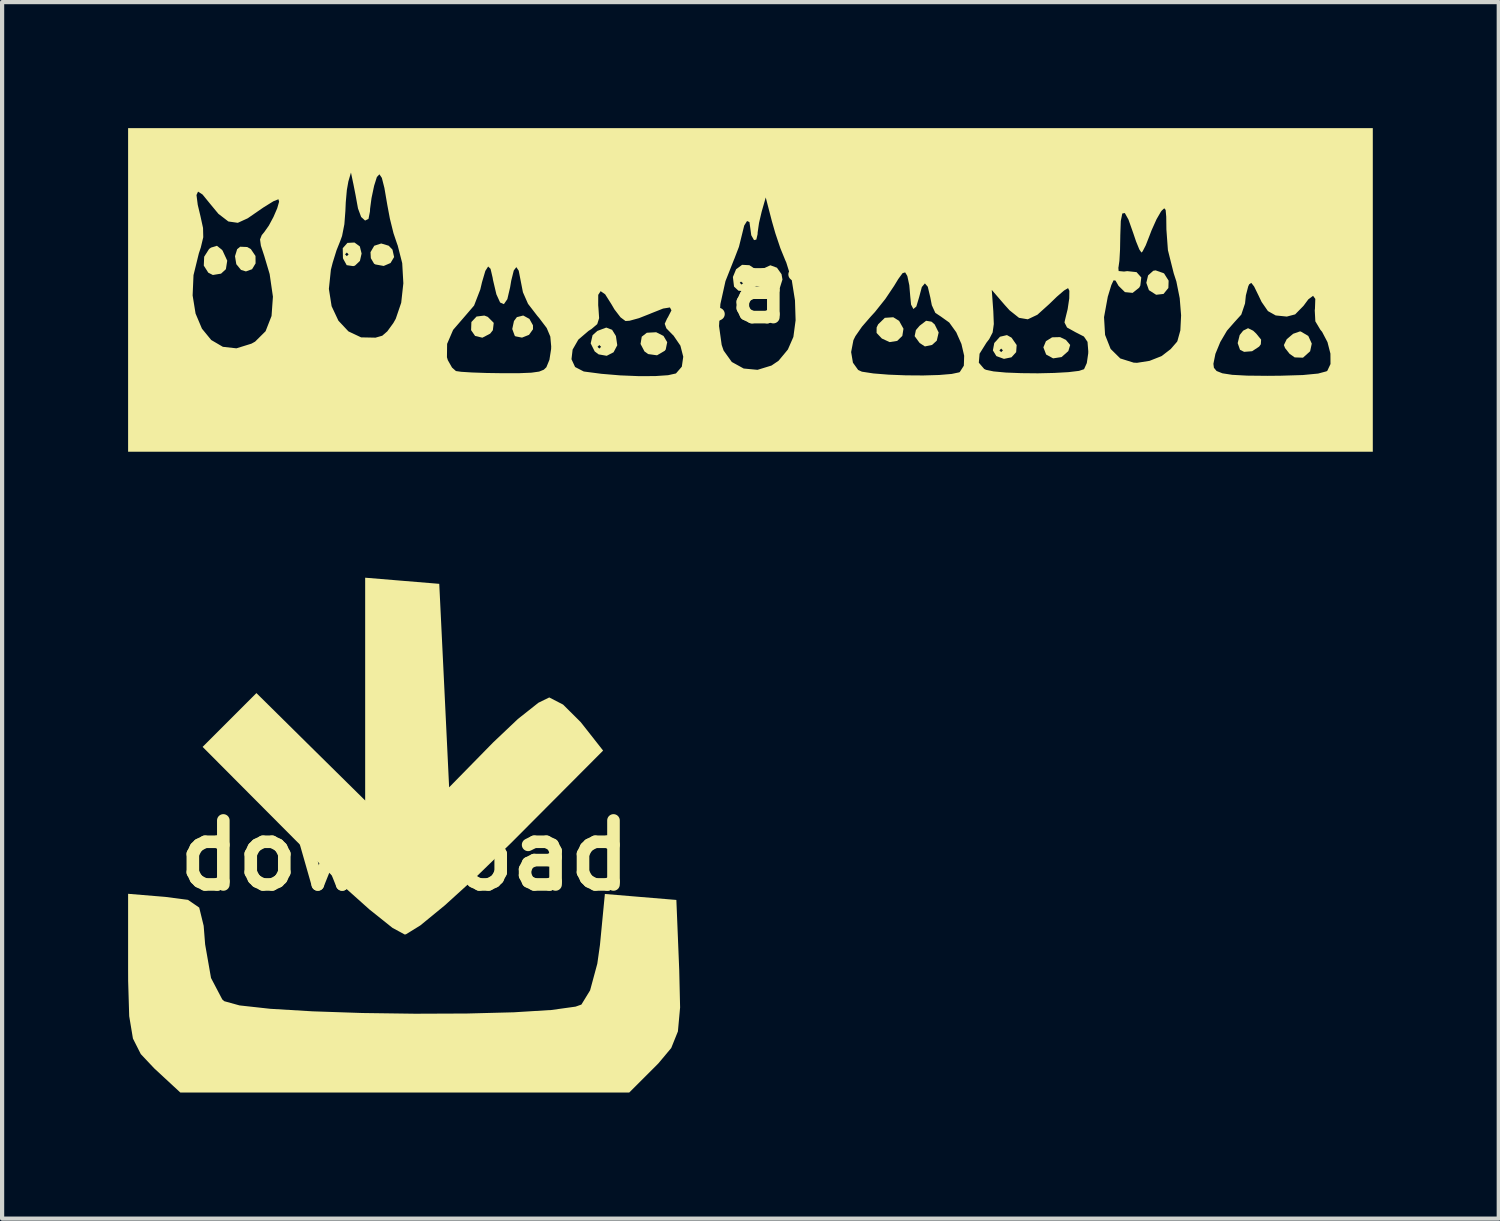
<source format=kicad_pcb>
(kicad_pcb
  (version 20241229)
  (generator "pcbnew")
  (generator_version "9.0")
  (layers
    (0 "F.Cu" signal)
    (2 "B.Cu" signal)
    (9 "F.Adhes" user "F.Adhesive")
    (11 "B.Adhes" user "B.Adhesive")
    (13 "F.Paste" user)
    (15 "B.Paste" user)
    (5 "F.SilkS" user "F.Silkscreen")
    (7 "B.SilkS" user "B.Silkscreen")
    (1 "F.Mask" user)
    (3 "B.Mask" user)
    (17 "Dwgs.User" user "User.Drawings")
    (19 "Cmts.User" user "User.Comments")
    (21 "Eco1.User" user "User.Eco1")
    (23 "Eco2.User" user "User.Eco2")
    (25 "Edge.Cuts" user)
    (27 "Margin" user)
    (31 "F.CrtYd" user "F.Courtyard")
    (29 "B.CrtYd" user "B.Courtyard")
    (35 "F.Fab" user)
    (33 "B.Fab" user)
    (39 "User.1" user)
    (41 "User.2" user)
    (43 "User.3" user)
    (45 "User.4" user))
  (footprint "download"
    (layer "F.Cu")
    (at 6.585 17.318)
    (property "Reference" "download" (at 0 0 0) (layer "F.SilkS") (effects (font (size 1.524 1.524) (thickness 0.3))))
    (attr board_only exclude_from_pos_files exclude_from_bom)
    (fp_poly (pts (xy -0.059 -6.541) (xy 0.823 -6.468) (xy 0.941 -4.045) (xy 1.058 -1.623) (xy 2.107 -2.693) (xy 2.695 -3.25) (xy 3.184 -3.637) (xy 3.442 -3.763) (xy 3.771 -3.593) (xy 4.187 -3.179) (xy 4.226 -3.131) (xy 4.724 -2.498) (xy 2.543 -0.308) (xy 1.702 0.509) (xy 0.954 1.188) (xy 0.372 1.665) (xy 0.03 1.876) (xy 0 1.881) (xy -0.292 1.722) (xy -0.838 1.286) (xy -1.565 0.636) (xy -2.399 -0.166) (xy -2.587 -0.352) (xy -4.811 -2.586) (xy -3.53 -3.867) (xy -2.236 -2.588) (xy -0.941 -1.31) (xy -0.941 -6.614)) (stroke (width 0) (type solid)) (fill yes) (layer "F.SilkS"))
    (fp_poly (pts (xy -5.703 0.985) (xy -5.16 1.056) (xy -4.892 1.24) (xy -4.786 1.674) (xy -4.751 2.117) (xy -4.611 2.916) (xy -4.343 3.427) (xy -4.295 3.469) (xy -3.933 3.569) (xy -3.199 3.65) (xy -2.192 3.71) (xy -1.01 3.75) (xy 0.247 3.767) (xy 1.483 3.762) (xy 2.597 3.733) (xy 3.492 3.678) (xy 4.069 3.598) (xy 4.207 3.549) (xy 4.414 3.211) (xy 4.586 2.575) (xy 4.649 2.129) (xy 4.766 0.916) (xy 6.468 1.058) (xy 6.536 2.722) (xy 6.557 3.617) (xy 6.505 4.188) (xy 6.346 4.583) (xy 6.043 4.946) (xy 5.975 5.015) (xy 5.345 5.644) (xy -5.341 5.644) (xy -5.963 5.068) (xy -6.283 4.728) (xy -6.47 4.358) (xy -6.559 3.824) (xy -6.584 2.991) (xy -6.585 2.702) (xy -6.585 0.912)) (stroke (width 0) (type solid)) (fill yes) (layer "F.SilkS")))
  (footprint "cat"
    (layer "F.Cu")
    (at 14.817 3.81)
    (property "Reference" "cat" (at 0 0 0) (layer "F.SilkS") (effects (font (size 1.524 1.524) (thickness 0.3))))
    (attr board_only exclude_from_pos_files exclude_from_bom)
    (fp_poly (pts (xy -6.254 0.684) (xy -6.112 0.827) (xy -6.133 1.002) (xy -6.198 1.084) (xy -6.382 1.18) (xy -6.556 1.138) (xy -6.651 1.001) (xy -6.644 0.806) (xy -6.521 0.676) (xy -6.335 0.653)) (stroke (width 0) (type solid)) (fill yes) (layer "F.SilkS"))
    (fp_poly (pts (xy -11.982 -0.979) (xy -11.895 -0.93) (xy -11.784 -0.765) (xy -11.782 -0.589) (xy -11.866 -0.45) (xy -12.012 -0.398) (xy -12.129 -0.434) (xy -12.241 -0.57) (xy -12.272 -0.76) (xy -12.221 -0.927) (xy -12.149 -0.986)) (stroke (width 0) (type solid)) (fill yes) (layer "F.SilkS"))
    (fp_poly (pts (xy -8.613 -1.01) (xy -8.523 -0.917) (xy -8.484 -0.74) (xy -8.569 -0.598) (xy -8.732 -0.528) (xy -8.929 -0.564) (xy -8.961 -0.582) (xy -9.038 -0.713) (xy -9.046 -0.856) (xy -8.957 -1.009) (xy -8.791 -1.063)) (stroke (width 0) (type solid)) (fill yes) (layer "F.SilkS"))
    (fp_poly (pts (xy -5.263 0.732) (xy -5.178 0.884) (xy -5.177 0.979) (xy -5.272 1.112) (xy -5.439 1.178) (xy -5.596 1.147) (xy -5.613 1.132) (xy -5.671 0.973) (xy -5.63 0.782) (xy -5.56 0.689) (xy -5.41 0.652)) (stroke (width 0) (type solid)) (fill yes) (layer "F.SilkS"))
    (fp_poly (pts (xy -2.07 1.138) (xy -1.982 1.287) (xy -2.017 1.46) (xy -2.041 1.492) (xy -2.224 1.599) (xy -2.435 1.57) (xy -2.523 1.507) (xy -2.617 1.329) (xy -2.588 1.156) (xy -2.467 1.062) (xy -2.244 1.05)) (stroke (width 0) (type solid)) (fill yes) (layer "F.SilkS"))
    (fp_poly (pts (xy 3.539 0.779) (xy 3.643 0.966) (xy 3.616 1.137) (xy 3.494 1.256) (xy 3.314 1.285) (xy 3.129 1.2) (xy 3.003 1.067) (xy 3.004 0.937) (xy 3.04 0.862) (xy 3.199 0.707) (xy 3.4 0.693)) (stroke (width 0) (type solid)) (fill yes) (layer "F.SilkS"))
    (fp_poly (pts (xy 4.309 0.798) (xy 4.386 0.864) (xy 4.481 1.056) (xy 4.436 1.25) (xy 4.324 1.352) (xy 4.153 1.388) (xy 4.028 1.306) (xy 3.909 1.143) (xy 3.939 0.998) (xy 4.028 0.895) (xy 4.182 0.777)) (stroke (width 0) (type solid)) (fill yes) (layer "F.SilkS"))
    (fp_poly (pts (xy 7.51 1.232) (xy 7.612 1.353) (xy 7.569 1.497) (xy 7.569 1.498) (xy 7.407 1.641) (xy 7.206 1.672) (xy 7.04 1.581) (xy 6.974 1.41) (xy 7.035 1.263) (xy 7.182 1.171) (xy 7.372 1.166)) (stroke (width 0) (type solid)) (fill yes) (layer "F.SilkS"))
    (fp_poly (pts (xy 9.846 -0.352) (xy 9.956 -0.178) (xy 9.95 -0.004) (xy 9.835 0.138) (xy 9.659 0.158) (xy 9.488 0.049) (xy 9.486 0.046) (xy 9.425 -0.126) (xy 9.467 -0.303) (xy 9.589 -0.413) (xy 9.647 -0.423)) (stroke (width 0) (type solid)) (fill yes) (layer "F.SilkS"))
    (fp_poly (pts (xy -12.582 -0.912) (xy -12.568 -0.894) (xy -12.457 -0.654) (xy -12.489 -0.451) (xy -12.604 -0.345) (xy -12.799 -0.313) (xy -12.908 -0.368) (xy -13.015 -0.536) (xy -13.006 -0.748) (xy -12.889 -0.932) (xy -12.843 -0.965) (xy -12.702 -1.008)) (stroke (width 0) (type solid)) (fill yes) (layer "F.SilkS"))
    (fp_poly (pts (xy 11.968 1.013) (xy 12.041 1.082) (xy 12.158 1.226) (xy 12.151 1.337) (xy 12.111 1.392) (xy 11.944 1.502) (xy 11.753 1.517) (xy 11.656 1.468) (xy 11.6 1.309) (xy 11.648 1.116) (xy 11.731 1.012) (xy 11.847 0.954)) (stroke (width 0) (type solid)) (fill yes) (layer "F.SilkS"))
    (fp_poly (pts (xy 13.103 1.033) (xy 13.281 1.138) (xy 13.364 1.321) (xy 13.325 1.503) (xy 13.155 1.656) (xy 12.957 1.649) (xy 12.837 1.565) (xy 12.728 1.427) (xy 12.7 1.355) (xy 12.768 1.216) (xy 12.92 1.087) (xy 13.08 1.031)) (stroke (width 0) (type solid)) (fill yes) (layer "F.SilkS"))
    (fp_poly (pts (xy 6.216 1.179) (xy 6.338 1.355) (xy 6.326 1.524) (xy 6.214 1.647) (xy 6.035 1.684) (xy 5.855 1.618) (xy 5.772 1.483) (xy 5.772 1.482) (xy 5.927 1.482) (xy 5.969 1.524) (xy 6.011 1.482) (xy 5.969 1.439) (xy 5.927 1.482) (xy 5.772 1.482) (xy 5.805 1.306) (xy 5.941 1.157) (xy 6.107 1.118)) (stroke (width 0) (type solid)) (fill yes) (layer "F.SilkS"))
    (fp_poly (pts (xy -9.3 -0.993) (xy -9.258 -0.824) (xy -9.298 -0.648) (xy -9.417 -0.535) (xy -9.459 -0.524) (xy -9.613 -0.547) (xy -9.696 -0.698) (xy -9.702 -0.72) (xy -9.704 -0.804) (xy -9.652 -0.804) (xy -9.61 -0.762) (xy -9.567 -0.804) (xy -9.61 -0.847) (xy -9.652 -0.804) (xy -9.704 -0.804) (xy -9.707 -0.951) (xy -9.595 -1.077) (xy -9.428 -1.086)) (stroke (width 0) (type solid)) (fill yes) (layer "F.SilkS"))
    (fp_poly (pts (xy -3.294 0.992) (xy -3.203 1.14) (xy -3.171 1.36) (xy -3.259 1.527) (xy -3.422 1.611) (xy -3.615 1.577) (xy -3.708 1.507) (xy -3.763 1.397) (xy -3.641 1.397) (xy -3.598 1.439) (xy -3.556 1.397) (xy -3.598 1.355) (xy -3.641 1.397) (xy -3.763 1.397) (xy -3.804 1.315) (xy -3.759 1.121) (xy -3.646 1.019) (xy -3.433 0.939)) (stroke (width 0) (type solid)) (fill yes) (layer "F.SilkS"))
    (fp_poly (pts (xy -0.025 -0.546) (xy 0.059 -0.491) (xy 0.189 -0.402) (xy 0.287 -0.439) (xy 0.322 -0.474) (xy 0.474 -0.544) (xy 0.631 -0.486) (xy 0.74 -0.332) (xy 0.762 -0.206) (xy 0.7 -0.008) (xy 0.542 0.072) (xy 0.329 0.013) (xy 0.317 0.006) (xy 0.149 -0.053) (xy 0.058 -0.007) (xy -0.109 0.076) (xy -0.286 0.061) (xy -0.391 -0.037) (xy -0.402 -0.127) (xy -0.254 -0.127) (xy -0.212 -0.085) (xy -0.169 -0.127) (xy -0.212 -0.169) (xy -0.254 -0.127) (xy -0.402 -0.127) (xy -0.418 -0.265) (xy -0.342 -0.449) (xy -0.199 -0.555)) (stroke (width 0) (type solid)) (fill yes) (layer "F.SilkS"))
    (fp_poly (pts (xy 14.817 3.895) (xy -14.817 3.895) (xy -14.817 1.645) (xy -7.226 1.645) (xy -7.205 1.715) (xy -7.105 1.891) (xy -7.012 1.974) (xy -6.886 1.992) (xy -6.63 2.008) (xy -6.283 2.02) (xy -5.936 2.025) (xy -5.507 2.025) (xy -5.216 2.013) (xy -5.031 1.987) (xy -4.92 1.942) (xy -4.859 1.884) (xy -4.786 1.706) (xy -4.784 1.692) (xy -4.261 1.692) (xy -4.175 1.878) (xy -3.972 1.983) (xy -3.952 1.987) (xy -3.546 2.04) (xy -3.103 2.077) (xy -2.664 2.095) (xy -2.27 2.094) (xy -1.961 2.073) (xy -1.777 2.032) (xy -1.772 2.029) (xy -1.634 1.87) (xy -1.6 1.633) (xy -1.668 1.369) (xy -1.833 1.128) (xy -1.851 1.112) (xy -2.002 0.957) (xy -2.022 0.902) (xy -0.748 0.902) (xy -0.685 1.353) (xy -0.639 1.486) (xy -0.444 1.758) (xy -0.161 1.914) (xy 0.168 1.945) (xy 0.501 1.843) (xy 0.669 1.729) (xy 0.841 1.522) (xy 2.397 1.522) (xy 2.44 1.775) (xy 2.564 1.948) (xy 2.653 1.989) (xy 2.927 2.031) (xy 3.29 2.06) (xy 3.699 2.076) (xy 4.113 2.079) (xy 4.491 2.068) (xy 4.79 2.043) (xy 4.969 2.005) (xy 4.984 1.997) (xy 5.08 1.847) (xy 5.083 1.775) (xy 5.437 1.775) (xy 5.565 1.924) (xy 5.609 1.945) (xy 5.79 1.983) (xy 6.083 2.01) (xy 6.448 2.024) (xy 6.844 2.028) (xy 7.233 2.019) (xy 7.572 2) (xy 7.822 1.97) (xy 7.942 1.93) (xy 8 1.802) (xy 11.022 1.802) (xy 11.034 1.896) (xy 11.098 1.973) (xy 11.237 2.028) (xy 11.471 2.064) (xy 11.821 2.083) (xy 12.308 2.088) (xy 12.624 2.085) (xy 13.151 2.069) (xy 13.515 2.034) (xy 13.713 1.981) (xy 13.734 1.968) (xy 13.81 1.807) (xy 13.808 1.559) (xy 13.738 1.285) (xy 13.61 1.041) (xy 13.568 0.99) (xy 13.449 0.79) (xy 13.435 0.529) (xy 13.44 0.487) (xy 13.448 0.256) (xy 13.395 0.183) (xy 13.282 0.267) (xy 13.166 0.423) (xy 12.968 0.625) (xy 12.77 0.677) (xy 12.505 0.65) (xy 12.32 0.546) (xy 12.169 0.328) (xy 12.099 0.181) (xy 11.991 -0.04) (xy 11.924 -0.125) (xy 11.874 -0.091) (xy 11.851 -0.042) (xy 11.795 0.173) (xy 11.775 0.365) (xy 11.686 0.63) (xy 11.521 0.812) (xy 11.345 1.013) (xy 11.186 1.283) (xy 11.07 1.564) (xy 11.022 1.802) (xy 8 1.802) (xy 8.008 1.784) (xy 8.042 1.552) (xy 8.043 1.503) (xy 8.025 1.279) (xy 7.939 1.152) (xy 7.742 1.051) (xy 7.537 0.937) (xy 7.477 0.818) (xy 7.484 0.78) (xy 7.505 0.691) (xy 8.418 0.691) (xy 8.443 1.113) (xy 8.575 1.447) (xy 8.805 1.674) (xy 9.124 1.774) (xy 9.204 1.778) (xy 9.502 1.731) (xy 9.783 1.62) (xy 9.795 1.613) (xy 10.005 1.451) (xy 10.155 1.278) (xy 10.164 1.263) (xy 10.235 1.007) (xy 10.253 0.648) (xy 10.22 0.24) (xy 10.14 -0.16) (xy 10.077 -0.354) (xy 9.939 -0.905) (xy 9.903 -1.397) (xy 9.899 -1.701) (xy 9.885 -1.861) (xy 9.852 -1.901) (xy 9.794 -1.848) (xy 9.772 -1.82) (xy 9.668 -1.64) (xy 9.55 -1.377) (xy 9.501 -1.249) (xy 9.411 -1.019) (xy 9.336 -0.874) (xy 9.309 -0.847) (xy 9.259 -0.92) (xy 9.181 -1.111) (xy 9.114 -1.309) (xy 9 -1.632) (xy 8.913 -1.788) (xy 8.853 -1.777) (xy 8.817 -1.599) (xy 8.805 -1.253) (xy 8.805 -1.24) (xy 8.799 -0.915) (xy 8.784 -0.65) (xy 8.762 -0.495) (xy 8.759 -0.487) (xy 8.766 -0.407) (xy 8.894 -0.395) (xy 8.97 -0.405) (xy 9.192 -0.381) (xy 9.305 -0.254) (xy 9.282 -0.061) (xy 9.254 -0.01) (xy 9.099 0.113) (xy 8.916 0.095) (xy 8.762 -0.056) (xy 8.751 -0.077) (xy 8.691 -0.18) (xy 8.645 -0.186) (xy 8.592 -0.073) (xy 8.515 0.18) (xy 8.508 0.201) (xy 8.418 0.691) (xy 7.505 0.691) (xy 7.552 0.5) (xy 7.59 0.245) (xy 7.593 0.063) (xy 7.562 0) (xy 7.467 0.056) (xy 7.296 0.203) (xy 7.112 0.381) (xy 6.831 0.634) (xy 6.603 0.742) (xy 6.394 0.707) (xy 6.169 0.528) (xy 6.055 0.402) (xy 5.745 0.042) (xy 5.782 0.55) (xy 5.794 0.855) (xy 5.766 1.055) (xy 5.684 1.214) (xy 5.619 1.298) (xy 5.455 1.561) (xy 5.437 1.775) (xy 5.083 1.775) (xy 5.088 1.609) (xy 5.023 1.329) (xy 4.899 1.05) (xy 4.733 0.819) (xy 4.54 0.681) (xy 4.401 0.588) (xy 4.318 0.407) (xy 4.281 0.216) (xy 4.222 -0.033) (xy 4.153 -0.113) (xy 4.08 -0.026) (xy 4.016 0.215) (xy 3.949 0.438) (xy 3.879 0.497) (xy 3.824 0.392) (xy 3.804 0.191) (xy 3.782 -0.069) (xy 3.737 -0.28) (xy 3.731 -0.296) (xy 3.683 -0.375) (xy 3.621 -0.356) (xy 3.52 -0.218) (xy 3.419 -0.052) (xy 3.211 0.258) (xy 2.963 0.569) (xy 2.856 0.686) (xy 2.655 0.918) (xy 2.498 1.144) (xy 2.451 1.24) (xy 2.397 1.522) (xy 0.841 1.522) (xy 0.891 1.461) (xy 1.022 1.162) (xy 1.075 0.765) (xy 1.06 0.29) (xy 0.983 -0.193) (xy 0.853 -0.61) (xy 0.829 -0.664) (xy 0.713 -0.948) (xy 0.592 -1.309) (xy 0.51 -1.595) (xy 0.364 -2.159) (xy 0.267 -1.82) (xy 0.204 -1.553) (xy 0.171 -1.323) (xy 0.17 -1.286) (xy 0.14 -1.156) (xy 0.085 -1.143) (xy 0.019 -1.26) (xy 0 -1.402) (xy -0.024 -1.573) (xy -0.081 -1.598) (xy -0.149 -1.489) (xy -0.199 -1.286) (xy -0.274 -0.984) (xy -0.384 -0.697) (xy -0.389 -0.687) (xy -0.595 -0.166) (xy -0.716 0.38) (xy -0.748 0.902) (xy -2.022 0.902) (xy -2.041 0.848) (xy -1.984 0.723) (xy -1.966 0.695) (xy -1.881 0.529) (xy -1.917 0.46) (xy -2.079 0.486) (xy -2.376 0.604) (xy -2.386 0.609) (xy -2.655 0.715) (xy -2.877 0.776) (xy -2.975 0.783) (xy -3.093 0.695) (xy -3.238 0.506) (xy -3.31 0.383) (xy -3.46 0.146) (xy -3.567 0.072) (xy -3.624 0.16) (xy -3.625 0.407) (xy -3.619 0.476) (xy -3.603 0.715) (xy -3.648 0.857) (xy -3.784 0.973) (xy -3.855 1.018) (xy -4.098 1.226) (xy -4.234 1.463) (xy -4.261 1.692) (xy -4.784 1.692) (xy -4.746 1.451) (xy -4.744 1.388) (xy -4.765 1.153) (xy -4.851 0.949) (xy -5.032 0.71) (xy -5.075 0.66) (xy -5.296 0.373) (xy -5.417 0.098) (xy -5.468 -0.163) (xy -5.517 -0.415) (xy -5.574 -0.5) (xy -5.635 -0.42) (xy -5.696 -0.176) (xy -5.722 -0.02) (xy -5.788 0.262) (xy -5.87 0.381) (xy -5.96 0.342) (xy -6.049 0.147) (xy -6.13 -0.197) (xy -6.138 -0.247) (xy -6.188 -0.46) (xy -6.245 -0.515) (xy -6.312 -0.41) (xy -6.391 -0.142) (xy -6.432 0.032) (xy -6.58 0.415) (xy -6.812 0.685) (xy -7.079 0.994) (xy -7.222 1.327) (xy -7.226 1.645) (xy -14.817 1.645) (xy -14.817 0.174) (xy -13.281 0.174) (xy -13.211 0.605) (xy -13.059 0.965) (xy -12.838 1.235) (xy -12.561 1.397) (xy -12.238 1.433) (xy -11.881 1.322) (xy -11.794 1.274) (xy -11.544 1.026) (xy -11.402 0.663) (xy -11.369 0.203) (xy -11.396 0.018) (xy -10.037 0.018) (xy -9.972 0.43) (xy -9.81 0.775) (xy -9.571 1.03) (xy -9.27 1.172) (xy -8.927 1.179) (xy -8.766 1.133) (xy -8.646 1.029) (xy -8.502 0.831) (xy -8.445 0.73) (xy -8.315 0.348) (xy -8.264 -0.116) (xy -8.291 -0.595) (xy -8.399 -1.018) (xy -8.412 -1.051) (xy -8.499 -1.309) (xy -8.585 -1.657) (xy -8.646 -1.982) (xy -8.715 -2.385) (xy -8.776 -2.625) (xy -8.834 -2.71) (xy -8.894 -2.646) (xy -8.959 -2.44) (xy -8.962 -2.427) (xy -9.022 -2.143) (xy -9.056 -1.891) (xy -9.059 -1.825) (xy -9.094 -1.648) (xy -9.175 -1.609) (xy -9.269 -1.695) (xy -9.343 -1.895) (xy -9.349 -1.926) (xy -9.402 -2.217) (xy -9.455 -2.486) (xy -9.458 -2.498) (xy -9.511 -2.752) (xy -9.573 -2.54) (xy -9.609 -2.337) (xy -9.635 -2.043) (xy -9.644 -1.837) (xy -9.668 -1.522) (xy -9.723 -1.242) (xy -9.768 -1.118) (xy -9.855 -0.901) (xy -9.947 -0.604) (xy -9.989 -0.44) (xy -10.037 0.018) (xy -11.396 0.018) (xy -11.447 -0.335) (xy -11.575 -0.765) (xy -11.656 -1.012) (xy -11.676 -1.159) (xy -11.635 -1.262) (xy -11.578 -1.331) (xy -11.467 -1.488) (xy -11.356 -1.695) (xy -11.267 -1.901) (xy -11.222 -2.058) (xy -11.238 -2.116) (xy -11.358 -2.068) (xy -11.595 -1.921) (xy -11.956 -1.672) (xy -11.969 -1.663) (xy -12.205 -1.555) (xy -12.43 -1.587) (xy -12.667 -1.769) (xy -12.868 -2.012) (xy -13.045 -2.229) (xy -13.152 -2.298) (xy -13.189 -2.217) (xy -13.159 -1.983) (xy -13.095 -1.716) (xy -13.033 -1.432) (xy -13.028 -1.212) (xy -13.086 -0.968) (xy -13.133 -0.827) (xy -13.26 -0.309) (xy -13.281 0.174) (xy -14.817 0.174) (xy -14.817 -3.81) (xy 14.817 -3.81)) (stroke (width 0) (type solid)) (fill yes) (layer "F.SilkS")))
  (gr_rect
    (start -3 -3)
    (end 32.633 25.963)
    (stroke (width 0.1) (type default))
    (fill no)
    (layer "Edge.Cuts")))
</source>
